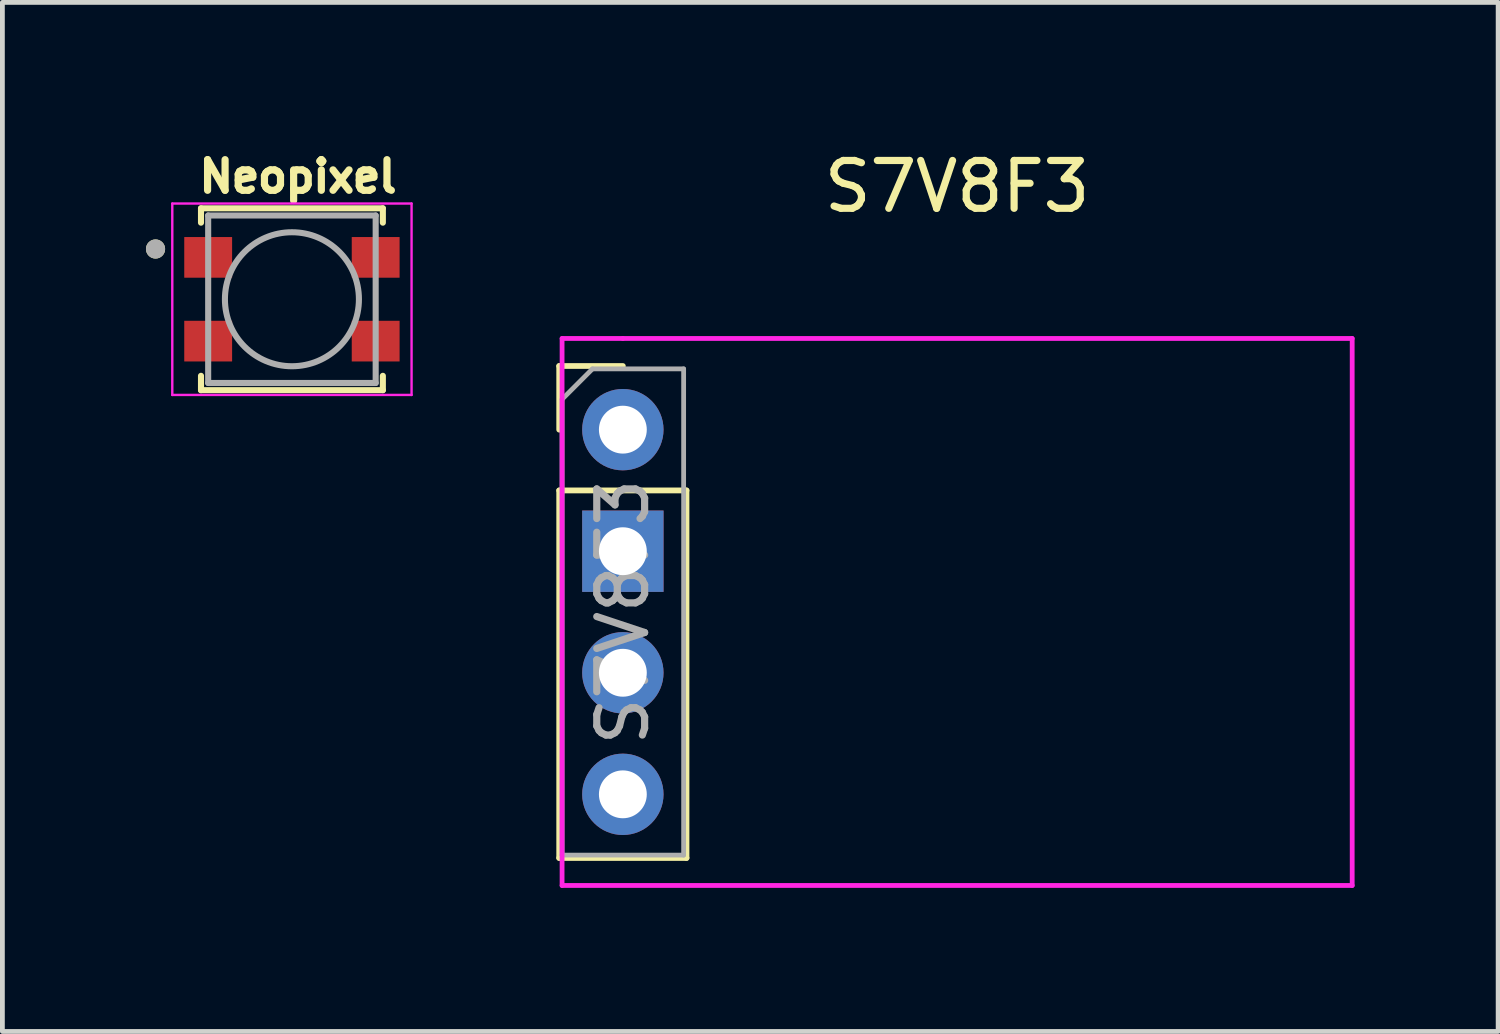
<source format=kicad_pcb>
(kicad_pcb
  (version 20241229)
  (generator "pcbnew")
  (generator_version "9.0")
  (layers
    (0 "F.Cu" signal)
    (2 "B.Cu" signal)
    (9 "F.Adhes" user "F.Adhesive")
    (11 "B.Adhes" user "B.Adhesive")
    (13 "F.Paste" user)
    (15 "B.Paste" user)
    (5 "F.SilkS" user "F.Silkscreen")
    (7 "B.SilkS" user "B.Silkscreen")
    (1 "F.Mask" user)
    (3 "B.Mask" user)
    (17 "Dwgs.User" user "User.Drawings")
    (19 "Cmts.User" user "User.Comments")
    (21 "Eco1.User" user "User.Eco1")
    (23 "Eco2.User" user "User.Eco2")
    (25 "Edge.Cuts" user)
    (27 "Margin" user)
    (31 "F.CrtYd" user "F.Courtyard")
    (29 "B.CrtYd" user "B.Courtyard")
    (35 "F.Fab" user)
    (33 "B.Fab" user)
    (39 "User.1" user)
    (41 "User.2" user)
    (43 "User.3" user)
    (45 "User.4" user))
  (footprint "S7V8F3"
    (layer "F.Cu")
    (at 9.965 5.928)
    (property "Reference" "S7V8F3" (at 6.985 -5.08 0) (layer "F.SilkS") (effects (font (size 1 1) (thickness 0.15))))
    (attr through_hole)
    (fp_line (start -1.33 -1.33) (end 0 -1.33) (stroke (width 0.12) (type solid)) (layer "F.SilkS"))
    (fp_line (start -1.33 0) (end -1.33 -1.33) (stroke (width 0.12) (type solid)) (layer "F.SilkS"))
    (fp_line (start -1.33 1.27) (end -1.33 8.95) (stroke (width 0.12) (type solid)) (layer "F.SilkS"))
    (fp_line (start -1.33 1.27) (end 1.33 1.27) (stroke (width 0.12) (type solid)) (layer "F.SilkS"))
    (fp_line (start -1.33 8.95) (end 1.33 8.95) (stroke (width 0.12) (type solid)) (layer "F.SilkS"))
    (fp_line (start 1.33 1.27) (end 1.33 8.95) (stroke (width 0.12) (type solid)) (layer "F.SilkS"))
    (fp_line (start -1.27 -1.905) (end -1.27 9.525) (stroke (width 0.1) (type solid)) (layer "F.CrtYd"))
    (fp_line (start -1.27 9.525) (end 15.24 9.525) (stroke (width 0.1) (type solid)) (layer "F.CrtYd"))
    (fp_line (start 0 -1.905) (end -1.27 -1.905) (stroke (width 0.1) (type solid)) (layer "F.CrtYd"))
    (fp_line (start 15.24 -1.905) (end 0 -1.905) (stroke (width 0.1) (type solid)) (layer "F.CrtYd"))
    (fp_line (start 15.24 9.525) (end 15.24 -1.905) (stroke (width 0.1) (type solid)) (layer "F.CrtYd"))
    (fp_line (start -1.27 -0.635) (end -0.635 -1.27) (stroke (width 0.1) (type solid)) (layer "F.Fab"))
    (fp_line (start -1.27 8.89) (end -1.27 -0.635) (stroke (width 0.1) (type solid)) (layer "F.Fab"))
    (fp_line (start -0.635 -1.27) (end 1.27 -1.27) (stroke (width 0.1) (type solid)) (layer "F.Fab"))
    (fp_line (start 1.27 -1.27) (end 1.27 8.89) (stroke (width 0.1) (type solid)) (layer "F.Fab"))
    (fp_line (start 1.27 8.89) (end -1.27 8.89) (stroke (width 0.1) (type solid)) (layer "F.Fab"))
    (fp_text user "${REFERENCE}" (at 0 3.81 90) (layer "F.Fab") (effects (font (size 1 1) (thickness 0.15))))
    (pad "1" thru_hole oval (at 0 0) (size 1.7 1.7) (drill 1) (layers "*.Cu" "*.Mask"))
    (pad "2" thru_hole rect (at 0 2.54) (size 1.7 1.7) (drill 1) (layers "*.Cu" "*.Mask"))
    (pad "3" thru_hole oval (at 0 5.08) (size 1.7 1.7) (drill 1) (layers "*.Cu" "*.Mask"))
    (pad "4" thru_hole oval (at 0 7.62) (size 1.7 1.7) (drill 1) (layers "*.Cu" "*.Mask")))
  (footprint "Neopixel"
    (layer "F.Cu")
    (at 3.05 3.203)
    (property "Reference" "Neopixel" (at 0.127 -2.565 0) (layer "F.SilkS") (effects (font (size 0.64 0.64) (thickness 0.15))))
    (attr smd)
    (fp_line (start -1.9 -1.9) (end 1.9 -1.9) (stroke (width 0.127) (type solid)) (layer "F.SilkS"))
    (fp_line (start -1.9 -1.6) (end -1.9 -1.9) (stroke (width 0.127) (type solid)) (layer "F.SilkS"))
    (fp_line (start -1.9 1.6) (end -1.9 1.9) (stroke (width 0.127) (type solid)) (layer "F.SilkS"))
    (fp_line (start -1.9 1.9) (end 1.9 1.9) (stroke (width 0.127) (type solid)) (layer "F.SilkS"))
    (fp_line (start 1.9 -1.9) (end 1.9 -1.6) (stroke (width 0.127) (type solid)) (layer "F.SilkS"))
    (fp_line (start 1.9 1.9) (end 1.9 1.6) (stroke (width 0.127) (type solid)) (layer "F.SilkS"))
    (fp_circle (center -2.85 -1.05) (end -2.75 -1.05) (stroke (width 0.2) (type solid)) (fill no) (layer "F.SilkS"))
    (fp_line (start -2.5 -2) (end 2.5 -2) (stroke (width 0.05) (type solid)) (layer "F.CrtYd"))
    (fp_line (start -2.5 2) (end -2.5 -2) (stroke (width 0.05) (type solid)) (layer "F.CrtYd"))
    (fp_line (start 2.5 -2) (end 2.5 2) (stroke (width 0.05) (type solid)) (layer "F.CrtYd"))
    (fp_line (start 2.5 2) (end -2.5 2) (stroke (width 0.05) (type solid)) (layer "F.CrtYd"))
    (fp_line (start -1.75 -1.75) (end 1.75 -1.75) (stroke (width 0.127) (type solid)) (layer "F.Fab"))
    (fp_line (start -1.75 1.75) (end -1.75 -1.75) (stroke (width 0.127) (type solid)) (layer "F.Fab"))
    (fp_line (start 1.75 -1.75) (end 1.75 1.75) (stroke (width 0.127) (type solid)) (layer "F.Fab"))
    (fp_line (start 1.75 1.75) (end -1.75 1.75) (stroke (width 0.127) (type solid)) (layer "F.Fab"))
    (fp_circle (center -2.85 -1.05) (end -2.75 -1.05) (stroke (width 0.2) (type solid)) (fill no) (layer "F.Fab"))
    (fp_circle (center 0 0) (end 1.4 0) (stroke (width 0.127) (type solid)) (fill no) (layer "F.Fab"))
    (pad "1" smd rect (at 1.75 0.875) (size 1 0.85) (layers "F.Cu" "F.Mask" "F.Paste"))
    (pad "2" smd rect (at 1.75 -0.875) (size 1 0.85) (layers "F.Cu" "F.Mask" "F.Paste"))
    (pad "3" smd rect (at -1.75 -0.875) (size 1 0.85) (layers "F.Cu" "F.Mask" "F.Paste"))
    (pad "4" smd rect (at -1.75 0.875) (size 1 0.85) (layers "F.Cu" "F.Mask" "F.Paste")))
  (gr_rect
    (start -3 -3)
    (end 28.255 18.503)
    (stroke (width 0.1) (type default))
    (fill no)
    (layer "Edge.Cuts")))
</source>
